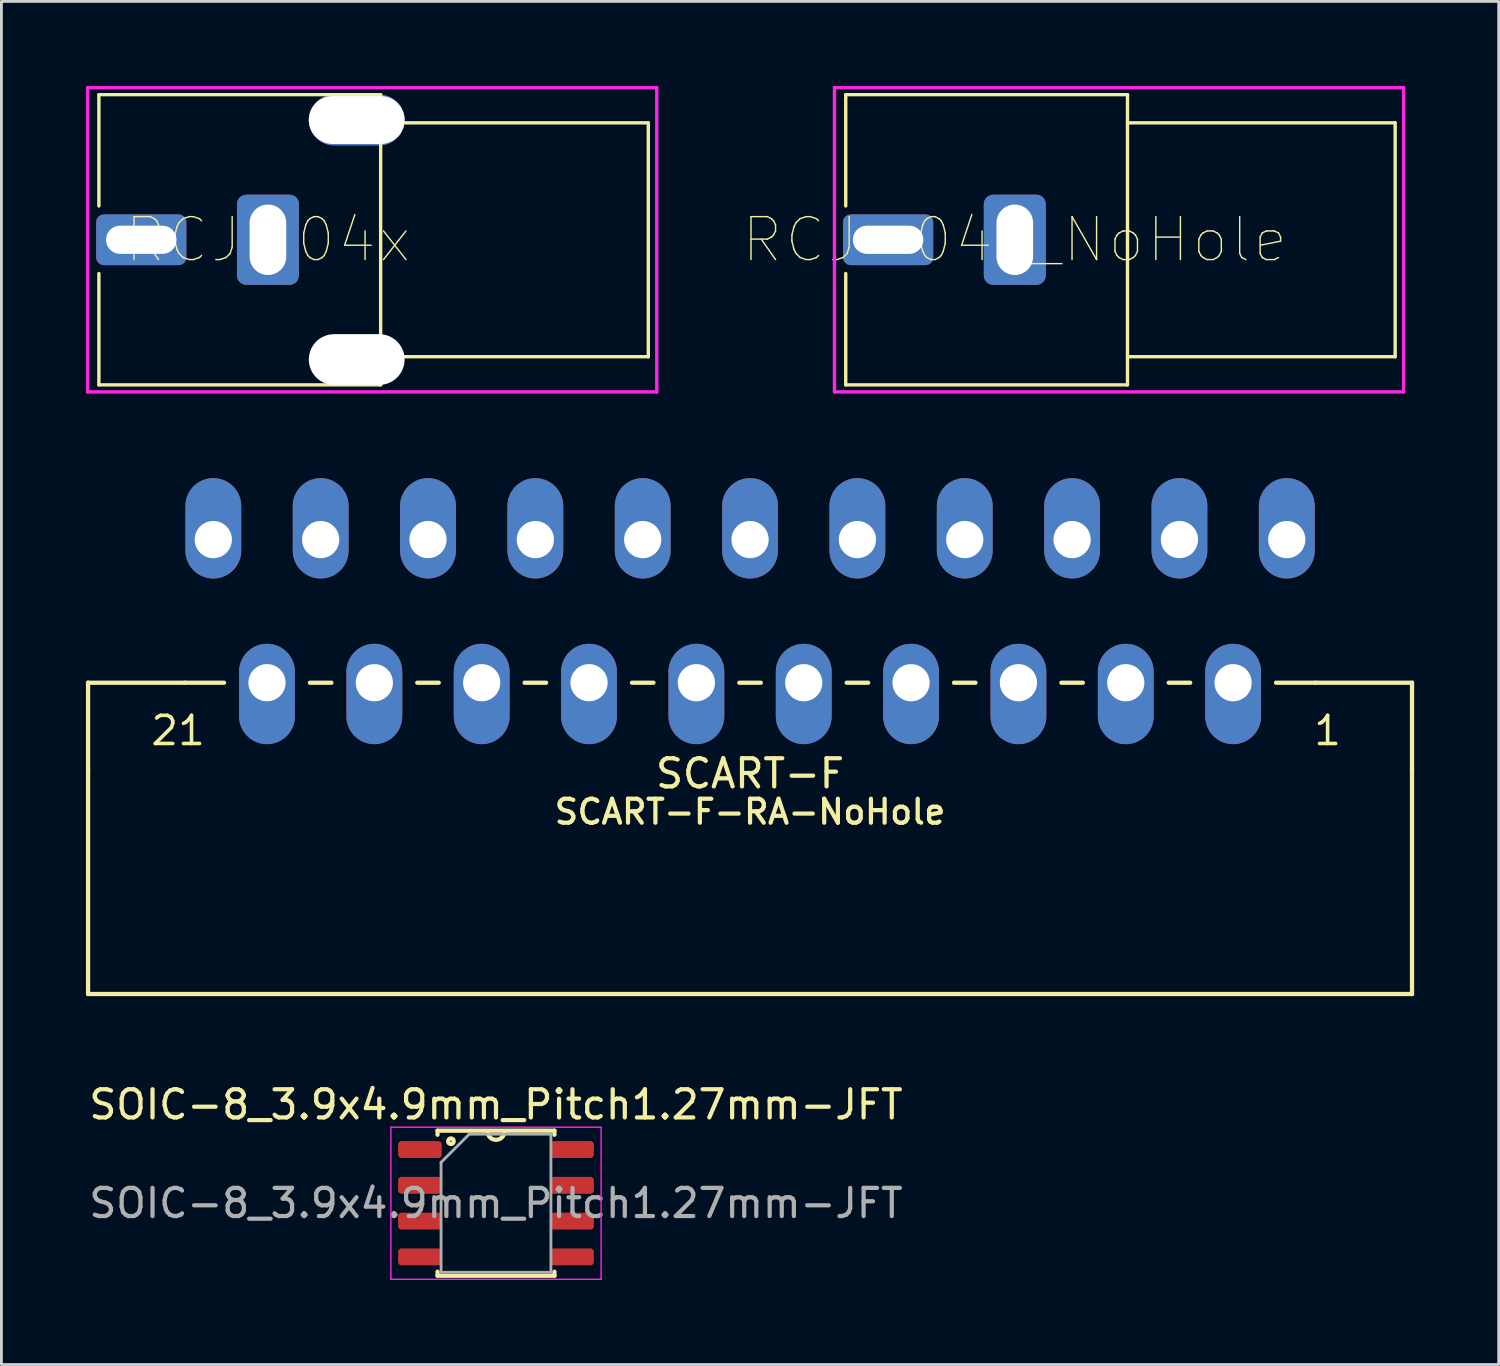
<source format=kicad_pcb>
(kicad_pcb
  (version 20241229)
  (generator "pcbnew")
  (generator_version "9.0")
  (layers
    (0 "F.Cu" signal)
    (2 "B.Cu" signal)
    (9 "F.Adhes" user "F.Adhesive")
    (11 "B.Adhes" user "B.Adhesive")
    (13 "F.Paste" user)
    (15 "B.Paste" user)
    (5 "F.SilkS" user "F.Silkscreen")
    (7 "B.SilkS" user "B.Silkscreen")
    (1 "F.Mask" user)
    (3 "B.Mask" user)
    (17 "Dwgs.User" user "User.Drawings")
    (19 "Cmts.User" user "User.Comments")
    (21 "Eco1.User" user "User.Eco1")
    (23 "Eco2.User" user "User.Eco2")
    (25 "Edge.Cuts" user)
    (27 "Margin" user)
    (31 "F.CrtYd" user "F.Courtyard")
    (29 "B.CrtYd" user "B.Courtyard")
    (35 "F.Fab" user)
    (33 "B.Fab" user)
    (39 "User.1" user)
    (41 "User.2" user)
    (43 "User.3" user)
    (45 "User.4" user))
  (footprint "SCART-F-RA-NoHole"
    (layer "F.Cu")
    (at 23.571 16.101)
    (property "Reference" "SCART-F-RA-NoHole" (at 0 10.16 0) (layer "F.SilkS") (effects (font (size 0.85 0.85) (thickness 0.15)) (justify bottom)))
    (attr through_hole)
    (fp_line (start -23.495 8.128) (end -23.495 5.08) (stroke (width 0.152) (type solid)) (layer "F.SilkS"))
    (fp_line (start -23.495 16.129) (end -23.495 8.128) (stroke (width 0.152) (type solid)) (layer "F.SilkS"))
    (fp_line (start -23.495 16.129) (end 23.495 16.129) (stroke (width 0.152) (type solid)) (layer "F.SilkS"))
    (fp_line (start -20.066 5.08) (end -23.495 5.08) (stroke (width 0.152) (type solid)) (layer "F.SilkS"))
    (fp_line (start -18.669 5.08) (end -20.066 5.08) (stroke (width 0.152) (type solid)) (layer "F.SilkS"))
    (fp_line (start -14.859 5.08) (end -15.621 5.08) (stroke (width 0.152) (type solid)) (layer "F.SilkS"))
    (fp_line (start -11.049 5.08) (end -11.811 5.08) (stroke (width 0.152) (type solid)) (layer "F.SilkS"))
    (fp_line (start -7.239 5.08) (end -8.001 5.08) (stroke (width 0.152) (type solid)) (layer "F.SilkS"))
    (fp_line (start -3.429 5.08) (end -4.191 5.08) (stroke (width 0.152) (type solid)) (layer "F.SilkS"))
    (fp_line (start 0.381 5.08) (end -0.381 5.08) (stroke (width 0.152) (type solid)) (layer "F.SilkS"))
    (fp_line (start 4.191 5.08) (end 3.429 5.08) (stroke (width 0.152) (type solid)) (layer "F.SilkS"))
    (fp_line (start 8.001 5.08) (end 7.239 5.08) (stroke (width 0.152) (type solid)) (layer "F.SilkS"))
    (fp_line (start 11.811 5.08) (end 11.049 5.08) (stroke (width 0.152) (type solid)) (layer "F.SilkS"))
    (fp_line (start 15.621 5.08) (end 14.859 5.08) (stroke (width 0.152) (type solid)) (layer "F.SilkS"))
    (fp_line (start 20.066 5.08) (end 18.669 5.08) (stroke (width 0.152) (type solid)) (layer "F.SilkS"))
    (fp_line (start 23.495 5.08) (end 20.066 5.08) (stroke (width 0.152) (type solid)) (layer "F.SilkS"))
    (fp_line (start 23.495 8.128) (end 23.495 5.08) (stroke (width 0.152) (type solid)) (layer "F.SilkS"))
    (fp_line (start 23.495 16.129) (end 23.495 8.128) (stroke (width 0.152) (type solid)) (layer "F.SilkS"))
    (fp_text user "1" (at 19.939 7.366 0) (layer "F.SilkS") (effects (font (size 1 1) (thickness 0.127)) (justify left bottom)))
    (fp_text user "21" (at -21.336 7.366 0) (layer "F.SilkS") (effects (font (size 1 1) (thickness 0.127)) (justify left bottom)))
    (fp_text user "SCART-F" (at 0 8.89 0) (layer "F.SilkS") (effects (font (size 1 1) (thickness 0.15)) (justify bottom)))
    (pad "1" thru_hole oval (at 19.05 0 90) (size 3.562 1.981) (drill 1.321 (offset 0.4 0)) (layers "*.Cu" "*.Mask"))
    (pad "2" thru_hole oval (at 17.145 5.08 90) (size 3.562 1.981) (drill 1.321 (offset -0.4 0)) (layers "*.Cu" "*.Mask"))
    (pad "3" thru_hole oval (at 15.24 0 90) (size 3.562 1.981) (drill 1.321 (offset 0.4 0)) (layers "*.Cu" "*.Mask"))
    (pad "4" thru_hole oval (at 13.335 5.08 90) (size 3.562 1.981) (drill 1.321 (offset -0.4 0)) (layers "*.Cu" "*.Mask"))
    (pad "5" thru_hole oval (at 11.43 0 90) (size 3.562 1.981) (drill 1.321 (offset 0.4 0)) (layers "*.Cu" "*.Mask"))
    (pad "6" thru_hole oval (at 9.525 5.08 90) (size 3.562 1.981) (drill 1.321 (offset -0.4 0)) (layers "*.Cu" "*.Mask"))
    (pad "7" thru_hole oval (at 7.62 0 90) (size 3.562 1.981) (drill 1.321 (offset 0.4 0)) (layers "*.Cu" "*.Mask"))
    (pad "8" thru_hole oval (at 5.715 5.08 90) (size 3.562 1.981) (drill 1.321 (offset -0.4 0)) (layers "*.Cu" "*.Mask"))
    (pad "9" thru_hole oval (at 3.81 0 90) (size 3.562 1.981) (drill 1.321 (offset 0.4 0)) (layers "*.Cu" "*.Mask"))
    (pad "10" thru_hole oval (at 1.905 5.08 90) (size 3.562 1.981) (drill 1.321 (offset -0.4 0)) (layers "*.Cu" "*.Mask"))
    (pad "11" thru_hole oval (at 0 0 90) (size 3.562 1.981) (drill 1.321 (offset 0.4 0)) (layers "*.Cu" "*.Mask"))
    (pad "12" thru_hole oval (at -1.905 5.08 90) (size 3.562 1.981) (drill 1.321 (offset -0.4 0)) (layers "*.Cu" "*.Mask"))
    (pad "13" thru_hole oval (at -3.81 0 90) (size 3.562 1.981) (drill 1.321 (offset 0.4 0)) (layers "*.Cu" "*.Mask"))
    (pad "14" thru_hole oval (at -5.715 5.08 90) (size 3.562 1.981) (drill 1.321 (offset -0.4 0)) (layers "*.Cu" "*.Mask"))
    (pad "15" thru_hole oval (at -7.62 0 90) (size 3.562 1.981) (drill 1.321 (offset 0.4 0)) (layers "*.Cu" "*.Mask"))
    (pad "16" thru_hole oval (at -9.525 5.08 90) (size 3.562 1.981) (drill 1.321 (offset -0.4 0)) (layers "*.Cu" "*.Mask"))
    (pad "17" thru_hole oval (at -11.43 0 90) (size 3.562 1.981) (drill 1.321 (offset 0.4 0)) (layers "*.Cu" "*.Mask"))
    (pad "18" thru_hole oval (at -13.335 5.08 90) (size 3.562 1.981) (drill 1.321 (offset -0.4 0)) (layers "*.Cu" "*.Mask"))
    (pad "19" thru_hole oval (at -15.24 0 90) (size 3.562 1.981) (drill 1.321 (offset 0.4 0)) (layers "*.Cu" "*.Mask"))
    (pad "20" thru_hole oval (at -17.145 5.08 90) (size 3.562 1.981) (drill 1.321 (offset -0.4 0)) (layers "*.Cu" "*.Mask"))
    (pad "21" thru_hole oval (at -19.05 0 90) (size 3.562 1.981) (drill 1.321 (offset 0.4 0)) (layers "*.Cu" "*.Mask")))
  (footprint "RCJ-04x_NoHole"
    (layer "F.Cu")
    (at 32.967 5.46)
    (property "Reference" "RCJ-04x_NoHole" (at 0 0 0) (layer "F.SilkS") (effects (font (size 1.524 1.524) (thickness 0.05))))
    (attr smd)
    (fp_line (start -6 -5.15) (end 4 -5.15) (stroke (width 0.12) (type solid)) (layer "F.SilkS"))
    (fp_line (start -6 -1.2) (end -6 -5.15) (stroke (width 0.12) (type solid)) (layer "F.SilkS"))
    (fp_line (start -6 5.15) (end -6 1.2) (stroke (width 0.12) (type solid)) (layer "F.SilkS"))
    (fp_line (start -6 5.15) (end 4 5.15) (stroke (width 0.12) (type solid)) (layer "F.SilkS"))
    (fp_line (start 4 -5.15) (end 4 5.15) (stroke (width 0.12) (type solid)) (layer "F.SilkS"))
    (fp_line (start 13.5 -4.15) (end 4 -4.15) (stroke (width 0.12) (type solid)) (layer "F.SilkS"))
    (fp_line (start 13.5 -4.15) (end 13.5 4.15) (stroke (width 0.12) (type solid)) (layer "F.SilkS"))
    (fp_line (start 13.5 4.15) (end 4 4.15) (stroke (width 0.12) (type solid)) (layer "F.SilkS"))
    (fp_line (start -6.4 -5.4) (end 13.8 -5.4) (stroke (width 0.12) (type solid)) (layer "F.CrtYd"))
    (fp_line (start -6.4 5.4) (end -6.4 -5.4) (stroke (width 0.12) (type solid)) (layer "F.CrtYd"))
    (fp_line (start 13.8 -5.4) (end 13.8 5.4) (stroke (width 0.12) (type solid)) (layer "F.CrtYd"))
    (fp_line (start 13.8 5.4) (end -6.4 5.4) (stroke (width 0.12) (type solid)) (layer "F.CrtYd"))
    (pad "1A" thru_hole roundrect (at 0 0) (size 2.2 3.2) (drill oval 1.3 2.5) (layers "*.Cu" "*.Mask") (roundrect_rratio 0.15))
    (pad "2B" thru_hole roundrect (at -4.496 0 270) (size 1.8 3.2) (drill oval 1 2.5) (layers "*.Cu" "*.Mask") (roundrect_rratio 0.15)))
  (footprint "RCJ-04x"
    (layer "F.Cu")
    (at 6.46 5.46)
    (property "Reference" "RCJ-04x" (at 0 0 0) (layer "F.SilkS") (effects (font (size 1.524 1.524) (thickness 0.05))))
    (attr smd)
    (fp_line (start -6 -5.15) (end 4 -5.15) (stroke (width 0.12) (type solid)) (layer "F.SilkS"))
    (fp_line (start -6 -1.2) (end -6 -5.15) (stroke (width 0.12) (type solid)) (layer "F.SilkS"))
    (fp_line (start -6 5.15) (end -6 1.2) (stroke (width 0.12) (type solid)) (layer "F.SilkS"))
    (fp_line (start -6 5.15) (end 4 5.15) (stroke (width 0.12) (type solid)) (layer "F.SilkS"))
    (fp_line (start 4 -5.15) (end 4 5.15) (stroke (width 0.12) (type solid)) (layer "F.SilkS"))
    (fp_line (start 13.5 -4.15) (end 4 -4.15) (stroke (width 0.12) (type solid)) (layer "F.SilkS"))
    (fp_line (start 13.5 -4.15) (end 13.5 4.15) (stroke (width 0.12) (type solid)) (layer "F.SilkS"))
    (fp_line (start 13.5 4.15) (end 4 4.15) (stroke (width 0.12) (type solid)) (layer "F.SilkS"))
    (fp_line (start -6.4 -5.4) (end 13.8 -5.4) (stroke (width 0.12) (type solid)) (layer "F.CrtYd"))
    (fp_line (start -6.4 5.4) (end -6.4 -5.4) (stroke (width 0.12) (type solid)) (layer "F.CrtYd"))
    (fp_line (start 13.8 -5.4) (end 13.8 5.4) (stroke (width 0.12) (type solid)) (layer "F.CrtYd"))
    (fp_line (start 13.8 5.4) (end -6.4 5.4) (stroke (width 0.12) (type solid)) (layer "F.CrtYd"))
    (pad "" np_thru_hole oval (at 3.15 -4.25) (size 3.4 1.8) (drill oval 3.4 1.7) (layers "*.Cu" "*.Mask"))
    (pad "" np_thru_hole oval (at 3.15 4.25) (size 3.4 1.8) (drill oval 3.4 1.8) (layers "*.Cu" "*.Mask"))
    (pad "1A" thru_hole roundrect (at 0 0) (size 2.2 3.2) (drill oval 1.3 2.5) (layers "*.Cu" "*.Mask") (roundrect_rratio 0.15))
    (pad "2B" thru_hole roundrect (at -4.496 0 270) (size 1.8 3.2) (drill oval 1 2.5) (layers "*.Cu" "*.Mask") (roundrect_rratio 0.15)))
  (footprint "SOIC-8_3.9x4.9mm_Pitch1.27mm-JFT"
    (layer "F.Cu")
    (at 14.554 39.655)
    (property "Reference" "SOIC-8_3.9x4.9mm_Pitch1.27mm-JFT" (at 0 -3.5 0) (layer "F.SilkS") (effects (font (size 1 1) (thickness 0.15))))
    (attr smd)
    (fp_line (start -2.075 -2.575) (end -2.075 -2.43) (stroke (width 0.15) (type solid)) (layer "F.SilkS"))
    (fp_line (start -2.075 -2.575) (end 2.075 -2.575) (stroke (width 0.15) (type solid)) (layer "F.SilkS"))
    (fp_line (start -2.075 2.575) (end -2.075 2.43) (stroke (width 0.15) (type solid)) (layer "F.SilkS"))
    (fp_line (start -2.075 2.575) (end 2.075 2.575) (stroke (width 0.15) (type solid)) (layer "F.SilkS"))
    (fp_line (start 2.075 -2.575) (end 2.075 -2.43) (stroke (width 0.15) (type solid)) (layer "F.SilkS"))
    (fp_line (start 2.075 2.575) (end 2.075 2.43) (stroke (width 0.15) (type solid)) (layer "F.SilkS"))
    (fp_arc (start 0.3 -2.55) (mid 0 -2.25) (end -0.3 -2.55) (stroke (width 0.15) (type solid)) (layer "F.SilkS"))
    (fp_circle (center -1.6 -2.2) (end -1.5 -2.2) (stroke (width 0.15) (type solid)) (fill no) (layer "F.SilkS"))
    (fp_line (start -3.73 -2.7) (end -3.73 2.7) (stroke (width 0.05) (type solid)) (layer "F.CrtYd"))
    (fp_line (start -3.73 -2.7) (end 3.73 -2.7) (stroke (width 0.05) (type solid)) (layer "F.CrtYd"))
    (fp_line (start -3.73 2.7) (end 3.73 2.7) (stroke (width 0.05) (type solid)) (layer "F.CrtYd"))
    (fp_line (start 3.73 -2.7) (end 3.73 2.7) (stroke (width 0.05) (type solid)) (layer "F.CrtYd"))
    (fp_line (start -1.95 -1.45) (end -0.95 -2.45) (stroke (width 0.1) (type solid)) (layer "F.Fab"))
    (fp_line (start -1.95 2.45) (end -1.95 -1.45) (stroke (width 0.1) (type solid)) (layer "F.Fab"))
    (fp_line (start -0.95 -2.45) (end 1.95 -2.45) (stroke (width 0.1) (type solid)) (layer "F.Fab"))
    (fp_line (start 1.95 -2.45) (end 1.95 2.45) (stroke (width 0.1) (type solid)) (layer "F.Fab"))
    (fp_line (start 1.95 2.45) (end -1.95 2.45) (stroke (width 0.1) (type solid)) (layer "F.Fab"))
    (fp_text user "${REFERENCE}" (at 0 0 0) (layer "F.Fab") (effects (font (size 1 1) (thickness 0.15))))
    (pad "1" smd roundrect (at -2.7 -1.905) (size 1.55 0.6) (layers "F.Cu" "F.Mask" "F.Paste") (roundrect_rratio 0.2))
    (pad "2" smd roundrect (at -2.7 -0.635) (size 1.55 0.6) (layers "F.Cu" "F.Mask" "F.Paste") (roundrect_rratio 0.2))
    (pad "3" smd roundrect (at -2.7 0.635) (size 1.55 0.6) (layers "F.Cu" "F.Mask" "F.Paste") (roundrect_rratio 0.2))
    (pad "4" smd roundrect (at -2.7 1.905) (size 1.55 0.6) (layers "F.Cu" "F.Mask" "F.Paste") (roundrect_rratio 0.2))
    (pad "5" smd roundrect (at 2.7 1.905) (size 1.55 0.6) (layers "F.Cu" "F.Mask" "F.Paste") (roundrect_rratio 0.2))
    (pad "6" smd roundrect (at 2.7 0.635) (size 1.55 0.6) (layers "F.Cu" "F.Mask" "F.Paste") (roundrect_rratio 0.2))
    (pad "7" smd roundrect (at 2.7 -0.635) (size 1.55 0.6) (layers "F.Cu" "F.Mask" "F.Paste") (roundrect_rratio 0.2))
    (pad "8" smd roundrect (at 2.7 -1.905) (size 1.55 0.6) (layers "F.Cu" "F.Mask" "F.Paste") (roundrect_rratio 0.2)))
  (gr_rect
    (start -3 -3)
    (end 50.142 45.38)
    (stroke (width 0.1) (type default))
    (fill no)
    (layer "Edge.Cuts")))
</source>
